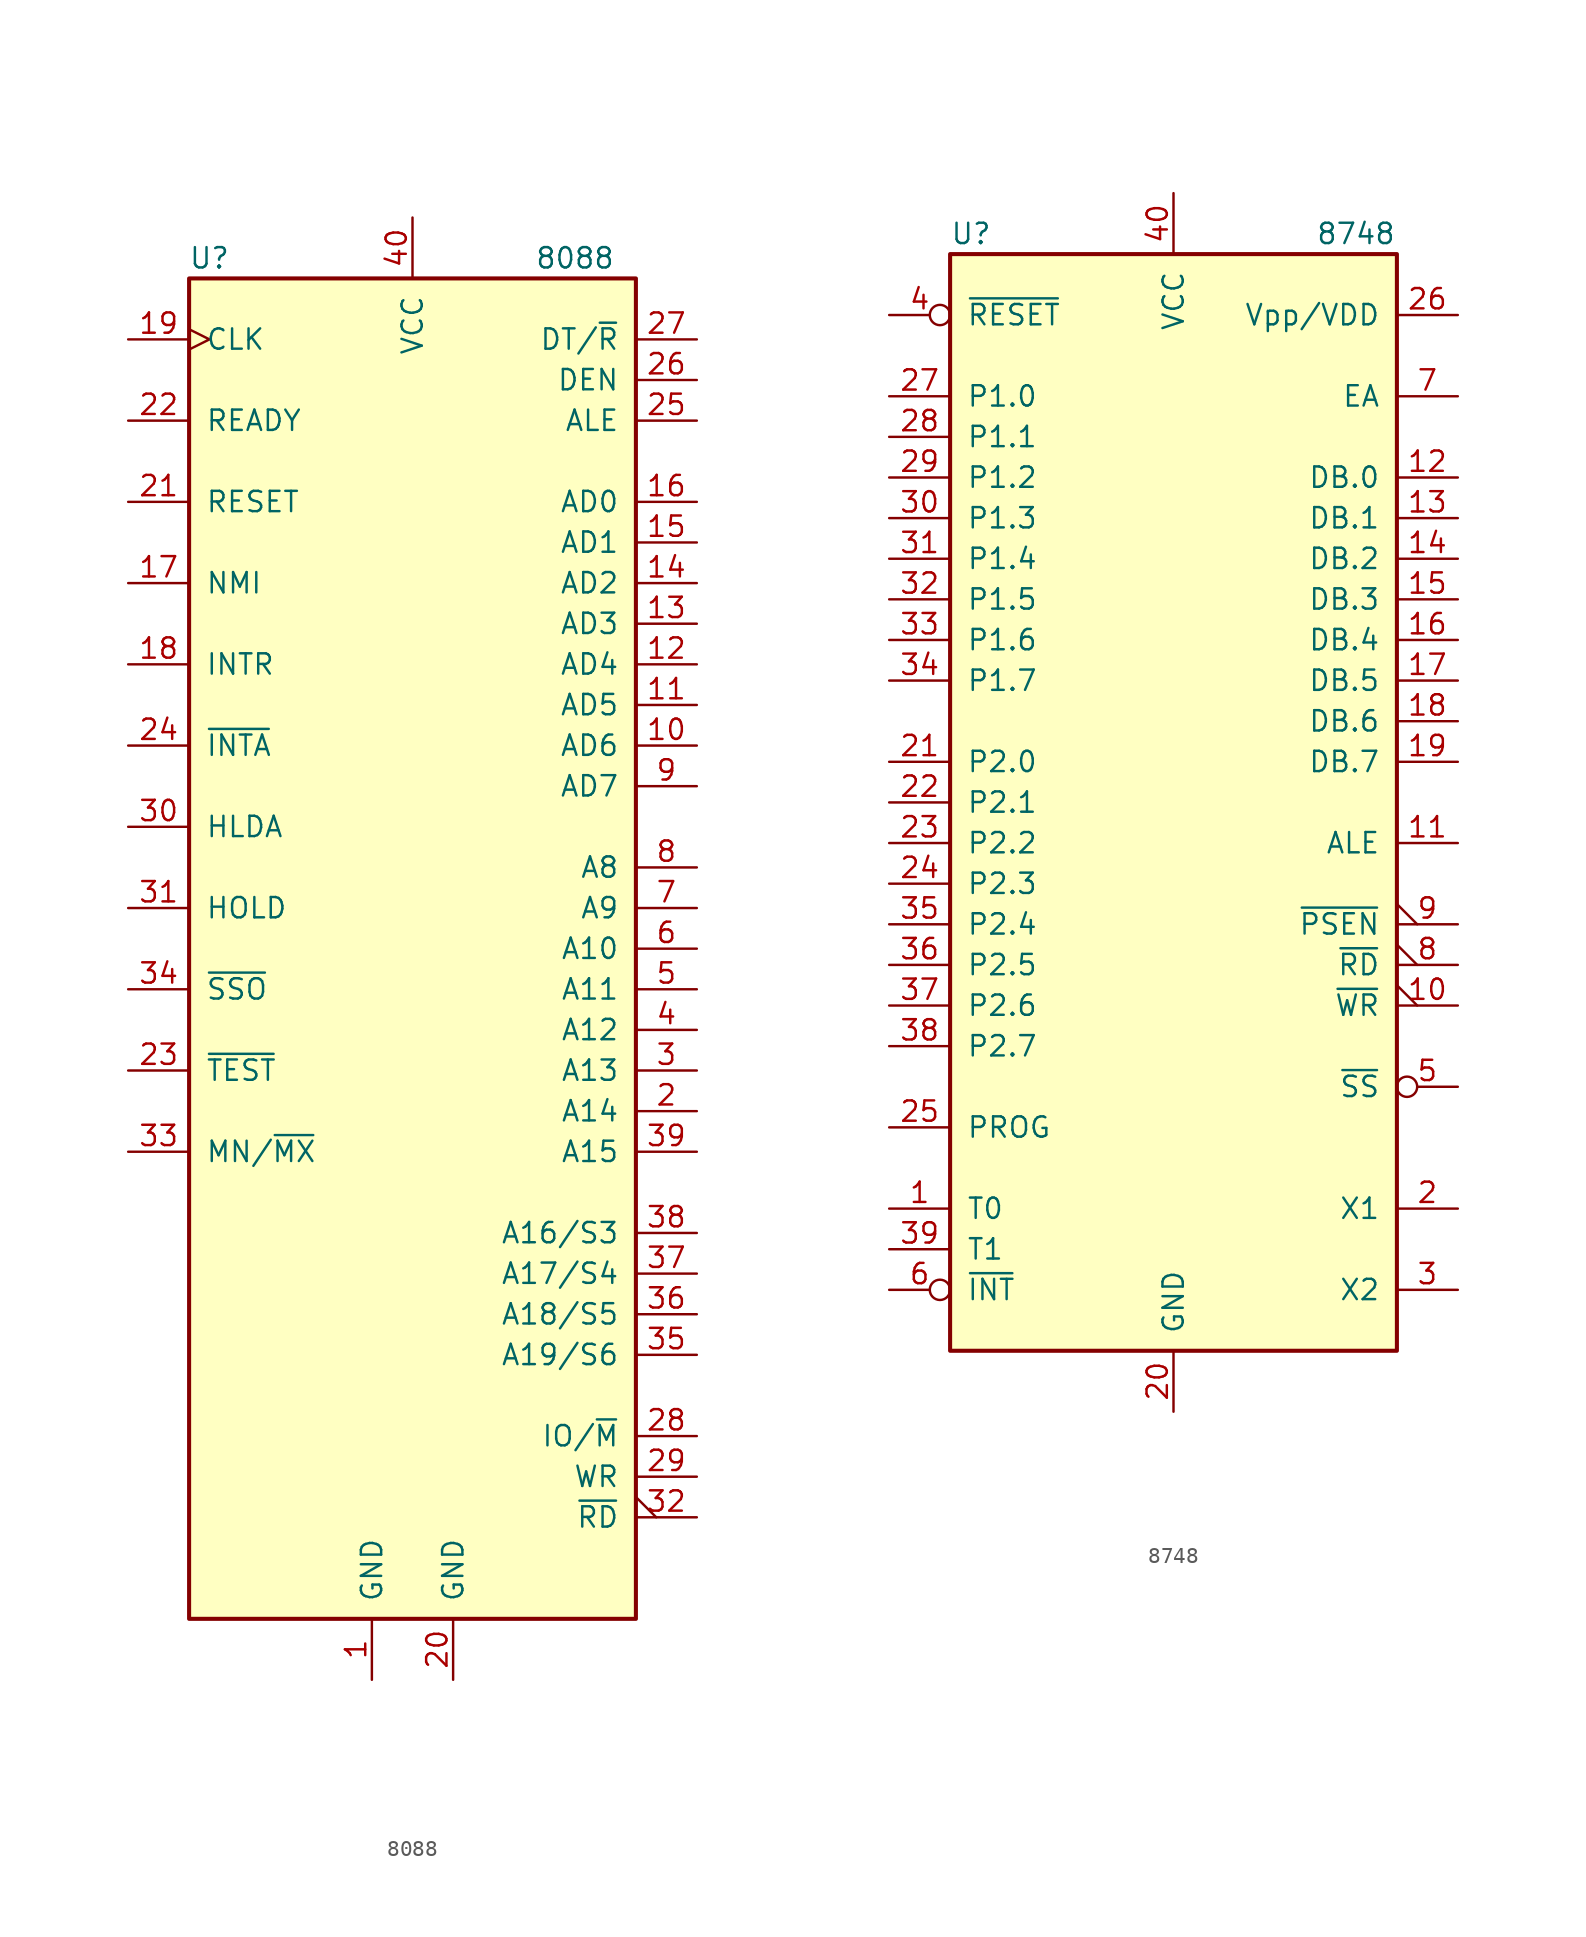
<source format=kicad_sym>
(kicad_symbol_lib
  (version 20231120)
  (generator "kicad_symbol_editor")
  (generator_version "8.0")
  (symbol "8088"
    (pin_names
      (offset 1.016))
    (property "Reference" "U"
      (at -12.7 43.18 0)
      (effects (font (size 1.27 1.27))))
    (property "Value" "8088"
      (at 10.16 43.18 0)
      (effects (font (size 1.27 1.27))))
    (symbol "8088_0_1"
      (rectangle (start 13.97 -41.91) (end -13.97 41.91) (stroke (width 0.254) (type default)) (fill (type background))))
    (symbol "8088_1_1"
      (pin power_in line (at -2.54 -45.72 90) (length 3.81) (name "GND" (effects (font (size 1.27 1.27)))) (number "1" (effects (font (size 1.27 1.27)))))
      (pin bidirectional line (at 17.78 12.7 180) (length 3.81) (name "AD6" (effects (font (size 1.27 1.27)))) (number "10" (effects (font (size 1.27 1.27)))))
      (pin bidirectional line (at 17.78 15.24 180) (length 3.81) (name "AD5" (effects (font (size 1.27 1.27)))) (number "11" (effects (font (size 1.27 1.27)))))
      (pin bidirectional line (at 17.78 17.78 180) (length 3.81) (name "AD4" (effects (font (size 1.27 1.27)))) (number "12" (effects (font (size 1.27 1.27)))))
      (pin bidirectional line (at 17.78 20.32 180) (length 3.81) (name "AD3" (effects (font (size 1.27 1.27)))) (number "13" (effects (font (size 1.27 1.27)))))
      (pin bidirectional line (at 17.78 22.86 180) (length 3.81) (name "AD2" (effects (font (size 1.27 1.27)))) (number "14" (effects (font (size 1.27 1.27)))))
      (pin bidirectional line (at 17.78 25.4 180) (length 3.81) (name "AD1" (effects (font (size 1.27 1.27)))) (number "15" (effects (font (size 1.27 1.27)))))
      (pin bidirectional line (at 17.78 27.94 180) (length 3.81) (name "AD0" (effects (font (size 1.27 1.27)))) (number "16" (effects (font (size 1.27 1.27)))))
      (pin input line (at -17.78 22.86 0) (length 3.81) (name "NMI" (effects (font (size 1.27 1.27)))) (number "17" (effects (font (size 1.27 1.27)))))
      (pin input line (at -17.78 17.78 0) (length 3.81) (name "INTR" (effects (font (size 1.27 1.27)))) (number "18" (effects (font (size 1.27 1.27)))))
      (pin input clock (at -17.78 38.1 0) (length 3.81) (name "CLK" (effects (font (size 1.27 1.27)))) (number "19" (effects (font (size 1.27 1.27)))))
      (pin output line (at 17.78 -10.16 180) (length 3.81) (name "A14" (effects (font (size 1.27 1.27)))) (number "2" (effects (font (size 1.27 1.27)))))
      (pin power_in line (at 2.54 -45.72 90) (length 3.81) (name "GND" (effects (font (size 1.27 1.27)))) (number "20" (effects (font (size 1.27 1.27)))))
      (pin input line (at -17.78 27.94 0) (length 3.81) (name "RESET" (effects (font (size 1.27 1.27)))) (number "21" (effects (font (size 1.27 1.27)))))
      (pin input line (at -17.78 33.02 0) (length 3.81) (name "READY" (effects (font (size 1.27 1.27)))) (number "22" (effects (font (size 1.27 1.27)))))
      (pin input line (at -17.78 -7.62 0) (length 3.81) (name "~{TEST}" (effects (font (size 1.27 1.27)))) (number "23" (effects (font (size 1.27 1.27)))))
      (pin output line (at -17.78 12.7 0) (length 3.81) (name "~{INTA}" (effects (font (size 1.27 1.27)))) (number "24" (effects (font (size 1.27 1.27)))))
      (pin output line (at 17.78 33.02 180) (length 3.81) (name "ALE" (effects (font (size 1.27 1.27)))) (number "25" (effects (font (size 1.27 1.27)))))
      (pin output line (at 17.78 35.56 180) (length 3.81) (name "DEN" (effects (font (size 1.27 1.27)))) (number "26" (effects (font (size 1.27 1.27)))))
      (pin output line (at 17.78 38.1 180) (length 3.81) (name "DT/~{R}" (effects (font (size 1.27 1.27)))) (number "27" (effects (font (size 1.27 1.27)))))
      (pin output line (at 17.78 -30.48 180) (length 3.81) (name "IO/~{M}" (effects (font (size 1.27 1.27)))) (number "28" (effects (font (size 1.27 1.27)))))
      (pin output line (at 17.78 -33.02 180) (length 3.81) (name "WR" (effects (font (size 1.27 1.27)))) (number "29" (effects (font (size 1.27 1.27)))))
      (pin output line (at 17.78 -7.62 180) (length 3.81) (name "A13" (effects (font (size 1.27 1.27)))) (number "3" (effects (font (size 1.27 1.27)))))
      (pin output line (at -17.78 7.62 0) (length 3.81) (name "HLDA" (effects (font (size 1.27 1.27)))) (number "30" (effects (font (size 1.27 1.27)))))
      (pin input line (at -17.78 2.54 0) (length 3.81) (name "HOLD" (effects (font (size 1.27 1.27)))) (number "31" (effects (font (size 1.27 1.27)))))
      (pin output output_low (at 17.78 -35.56 180) (length 3.81) (name "~{RD}" (effects (font (size 1.27 1.27)))) (number "32" (effects (font (size 1.27 1.27)))))
      (pin input line (at -17.78 -12.7 0) (length 3.81) (name "MN/~{MX}" (effects (font (size 1.27 1.27)))) (number "33" (effects (font (size 1.27 1.27)))))
      (pin output line (at -17.78 -2.54 0) (length 3.81) (name "~{SSO}" (effects (font (size 1.27 1.27)))) (number "34" (effects (font (size 1.27 1.27)))))
      (pin output line (at 17.78 -25.4 180) (length 3.81) (name "A19/S6" (effects (font (size 1.27 1.27)))) (number "35" (effects (font (size 1.27 1.27)))))
      (pin output line (at 17.78 -22.86 180) (length 3.81) (name "A18/S5" (effects (font (size 1.27 1.27)))) (number "36" (effects (font (size 1.27 1.27)))))
      (pin output line (at 17.78 -20.32 180) (length 3.81) (name "A17/S4" (effects (font (size 1.27 1.27)))) (number "37" (effects (font (size 1.27 1.27)))))
      (pin output line (at 17.78 -17.78 180) (length 3.81) (name "A16/S3" (effects (font (size 1.27 1.27)))) (number "38" (effects (font (size 1.27 1.27)))))
      (pin output line (at 17.78 -12.7 180) (length 3.81) (name "A15" (effects (font (size 1.27 1.27)))) (number "39" (effects (font (size 1.27 1.27)))))
      (pin output line (at 17.78 -5.08 180) (length 3.81) (name "A12" (effects (font (size 1.27 1.27)))) (number "4" (effects (font (size 1.27 1.27)))))
      (pin power_in line (at 0 45.72 270) (length 3.81) (name "VCC" (effects (font (size 1.27 1.27)))) (number "40" (effects (font (size 1.27 1.27)))))
      (pin output line (at 17.78 -2.54 180) (length 3.81) (name "A11" (effects (font (size 1.27 1.27)))) (number "5" (effects (font (size 1.27 1.27)))))
      (pin output line (at 17.78 0 180) (length 3.81) (name "A10" (effects (font (size 1.27 1.27)))) (number "6" (effects (font (size 1.27 1.27)))))
      (pin output line (at 17.78 2.54 180) (length 3.81) (name "A9" (effects (font (size 1.27 1.27)))) (number "7" (effects (font (size 1.27 1.27)))))
      (pin output line (at 17.78 5.08 180) (length 3.81) (name "A8" (effects (font (size 1.27 1.27)))) (number "8" (effects (font (size 1.27 1.27)))))
      (pin bidirectional line (at 17.78 10.16 180) (length 3.81) (name "AD7" (effects (font (size 1.27 1.27)))) (number "9" (effects (font (size 1.27 1.27)))))))
  (symbol "8748"
    (pin_names
      (offset 1.016))
    (property "Reference" "U"
      (at -13.97 35.56 0)
      (effects (font (size 1.27 1.27)) (justify left)))
    (property "Value" "8748"
      (at 8.89 35.56 0)
      (effects (font (size 1.27 1.27)) (justify left)))
    (symbol "8748_1_1"
      (rectangle (start -13.97 -34.29) (end 13.97 34.29) (stroke (width 0.254) (type default)) (fill (type background)))
      (pin input line (at -17.78 -25.4 0) (length 3.81) (name "T0" (effects (font (size 1.27 1.27)))) (number "1" (effects (font (size 1.27 1.27)))))
      (pin output output_low (at 17.78 -12.7 180) (length 3.81) (name "~{WR}" (effects (font (size 1.27 1.27)))) (number "10" (effects (font (size 1.27 1.27)))))
      (pin output line (at 17.78 -2.54 180) (length 3.81) (name "ALE" (effects (font (size 1.27 1.27)))) (number "11" (effects (font (size 1.27 1.27)))))
      (pin bidirectional line (at 17.78 20.32 180) (length 3.81) (name "DB.0" (effects (font (size 1.27 1.27)))) (number "12" (effects (font (size 1.27 1.27)))))
      (pin bidirectional line (at 17.78 17.78 180) (length 3.81) (name "DB.1" (effects (font (size 1.27 1.27)))) (number "13" (effects (font (size 1.27 1.27)))))
      (pin bidirectional line (at 17.78 15.24 180) (length 3.81) (name "DB.2" (effects (font (size 1.27 1.27)))) (number "14" (effects (font (size 1.27 1.27)))))
      (pin bidirectional line (at 17.78 12.7 180) (length 3.81) (name "DB.3" (effects (font (size 1.27 1.27)))) (number "15" (effects (font (size 1.27 1.27)))))
      (pin bidirectional line (at 17.78 10.16 180) (length 3.81) (name "DB.4" (effects (font (size 1.27 1.27)))) (number "16" (effects (font (size 1.27 1.27)))))
      (pin bidirectional line (at 17.78 7.62 180) (length 3.81) (name "DB.5" (effects (font (size 1.27 1.27)))) (number "17" (effects (font (size 1.27 1.27)))))
      (pin bidirectional line (at 17.78 5.08 180) (length 3.81) (name "DB.6" (effects (font (size 1.27 1.27)))) (number "18" (effects (font (size 1.27 1.27)))))
      (pin bidirectional line (at 17.78 2.54 180) (length 3.81) (name "DB.7" (effects (font (size 1.27 1.27)))) (number "19" (effects (font (size 1.27 1.27)))))
      (pin input line (at 17.78 -25.4 180) (length 3.81) (name "X1" (effects (font (size 1.27 1.27)))) (number "2" (effects (font (size 1.27 1.27)))))
      (pin power_in line (at 0 -38.1 90) (length 3.81) (name "GND" (effects (font (size 1.27 1.27)))) (number "20" (effects (font (size 1.27 1.27)))))
      (pin bidirectional line (at -17.78 2.54 0) (length 3.81) (name "P2.0" (effects (font (size 1.27 1.27)))) (number "21" (effects (font (size 1.27 1.27)))))
      (pin bidirectional line (at -17.78 0 0) (length 3.81) (name "P2.1" (effects (font (size 1.27 1.27)))) (number "22" (effects (font (size 1.27 1.27)))))
      (pin bidirectional line (at -17.78 -2.54 0) (length 3.81) (name "P2.2" (effects (font (size 1.27 1.27)))) (number "23" (effects (font (size 1.27 1.27)))))
      (pin bidirectional line (at -17.78 -5.08 0) (length 3.81) (name "P2.3" (effects (font (size 1.27 1.27)))) (number "24" (effects (font (size 1.27 1.27)))))
      (pin output line (at -17.78 -20.32 0) (length 3.81) (name "PROG" (effects (font (size 1.27 1.27)))) (number "25" (effects (font (size 1.27 1.27)))))
      (pin power_in line (at 17.78 30.48 180) (length 3.81) (name "Vpp/VDD" (effects (font (size 1.27 1.27)))) (number "26" (effects (font (size 1.27 1.27)))))
      (pin bidirectional line (at -17.78 25.4 0) (length 3.81) (name "P1.0" (effects (font (size 1.27 1.27)))) (number "27" (effects (font (size 1.27 1.27)))))
      (pin bidirectional line (at -17.78 22.86 0) (length 3.81) (name "P1.1" (effects (font (size 1.27 1.27)))) (number "28" (effects (font (size 1.27 1.27)))))
      (pin bidirectional line (at -17.78 20.32 0) (length 3.81) (name "P1.2" (effects (font (size 1.27 1.27)))) (number "29" (effects (font (size 1.27 1.27)))))
      (pin output line (at 17.78 -30.48 180) (length 3.81) (name "X2" (effects (font (size 1.27 1.27)))) (number "3" (effects (font (size 1.27 1.27)))))
      (pin bidirectional line (at -17.78 17.78 0) (length 3.81) (name "P1.3" (effects (font (size 1.27 1.27)))) (number "30" (effects (font (size 1.27 1.27)))))
      (pin bidirectional line (at -17.78 15.24 0) (length 3.81) (name "P1.4" (effects (font (size 1.27 1.27)))) (number "31" (effects (font (size 1.27 1.27)))))
      (pin bidirectional line (at -17.78 12.7 0) (length 3.81) (name "P1.5" (effects (font (size 1.27 1.27)))) (number "32" (effects (font (size 1.27 1.27)))))
      (pin bidirectional line (at -17.78 10.16 0) (length 3.81) (name "P1.6" (effects (font (size 1.27 1.27)))) (number "33" (effects (font (size 1.27 1.27)))))
      (pin bidirectional line (at -17.78 7.62 0) (length 3.81) (name "P1.7" (effects (font (size 1.27 1.27)))) (number "34" (effects (font (size 1.27 1.27)))))
      (pin bidirectional line (at -17.78 -7.62 0) (length 3.81) (name "P2.4" (effects (font (size 1.27 1.27)))) (number "35" (effects (font (size 1.27 1.27)))))
      (pin bidirectional line (at -17.78 -10.16 0) (length 3.81) (name "P2.5" (effects (font (size 1.27 1.27)))) (number "36" (effects (font (size 1.27 1.27)))))
      (pin bidirectional line (at -17.78 -12.7 0) (length 3.81) (name "P2.6" (effects (font (size 1.27 1.27)))) (number "37" (effects (font (size 1.27 1.27)))))
      (pin bidirectional line (at -17.78 -15.24 0) (length 3.81) (name "P2.7" (effects (font (size 1.27 1.27)))) (number "38" (effects (font (size 1.27 1.27)))))
      (pin input line (at -17.78 -27.94 0) (length 3.81) (name "T1" (effects (font (size 1.27 1.27)))) (number "39" (effects (font (size 1.27 1.27)))))
      (pin input inverted (at -17.78 30.48 0) (length 3.81) (name "~{RESET}" (effects (font (size 1.27 1.27)))) (number "4" (effects (font (size 1.27 1.27)))))
      (pin power_in line (at 0 38.1 270) (length 3.81) (name "VCC" (effects (font (size 1.27 1.27)))) (number "40" (effects (font (size 1.27 1.27)))))
      (pin input inverted (at 17.78 -17.78 180) (length 3.81) (name "~{SS}" (effects (font (size 1.27 1.27)))) (number "5" (effects (font (size 1.27 1.27)))))
      (pin input inverted (at -17.78 -30.48 0) (length 3.81) (name "~{INT}" (effects (font (size 1.27 1.27)))) (number "6" (effects (font (size 1.27 1.27)))))
      (pin input line (at 17.78 25.4 180) (length 3.81) (name "EA" (effects (font (size 1.27 1.27)))) (number "7" (effects (font (size 1.27 1.27)))))
      (pin output output_low (at 17.78 -10.16 180) (length 3.81) (name "~{RD}" (effects (font (size 1.27 1.27)))) (number "8" (effects (font (size 1.27 1.27)))))
      (pin output output_low (at 17.78 -7.62 180) (length 3.81) (name "~{PSEN}" (effects (font (size 1.27 1.27)))) (number "9" (effects (font (size 1.27 1.27))))))))
</source>
